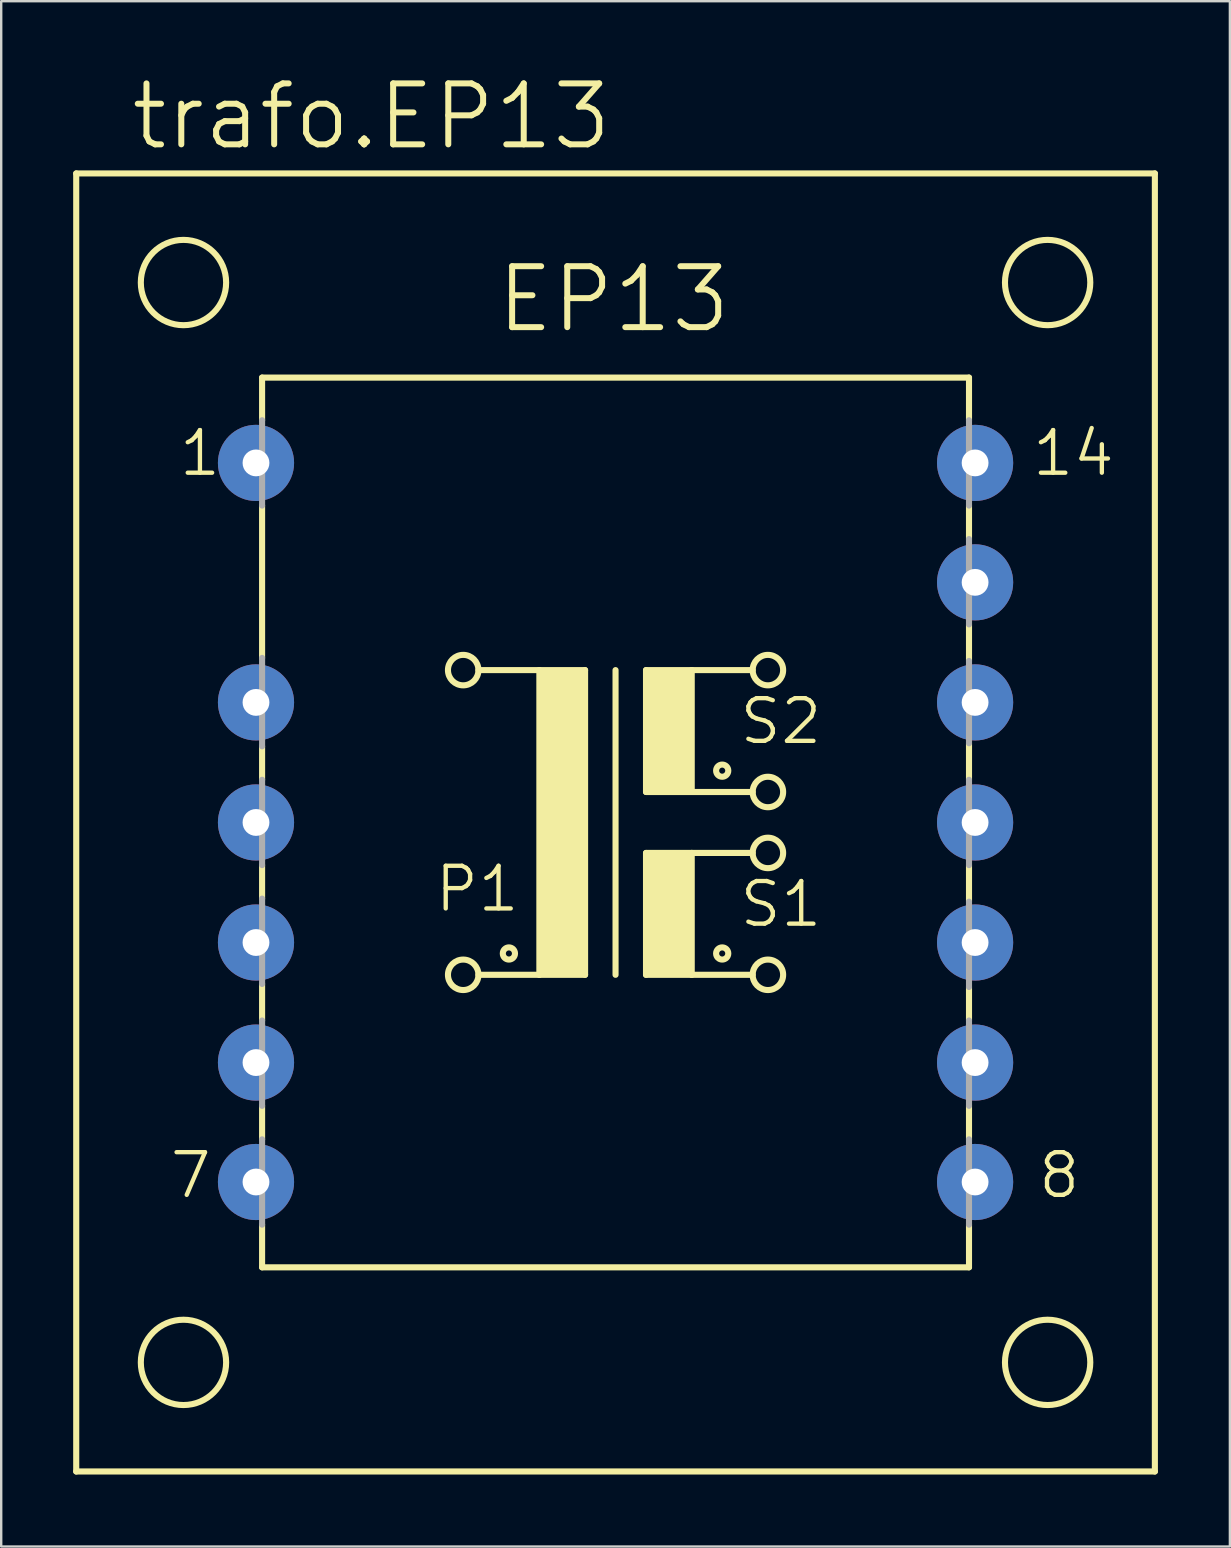
<source format=kicad_pcb>
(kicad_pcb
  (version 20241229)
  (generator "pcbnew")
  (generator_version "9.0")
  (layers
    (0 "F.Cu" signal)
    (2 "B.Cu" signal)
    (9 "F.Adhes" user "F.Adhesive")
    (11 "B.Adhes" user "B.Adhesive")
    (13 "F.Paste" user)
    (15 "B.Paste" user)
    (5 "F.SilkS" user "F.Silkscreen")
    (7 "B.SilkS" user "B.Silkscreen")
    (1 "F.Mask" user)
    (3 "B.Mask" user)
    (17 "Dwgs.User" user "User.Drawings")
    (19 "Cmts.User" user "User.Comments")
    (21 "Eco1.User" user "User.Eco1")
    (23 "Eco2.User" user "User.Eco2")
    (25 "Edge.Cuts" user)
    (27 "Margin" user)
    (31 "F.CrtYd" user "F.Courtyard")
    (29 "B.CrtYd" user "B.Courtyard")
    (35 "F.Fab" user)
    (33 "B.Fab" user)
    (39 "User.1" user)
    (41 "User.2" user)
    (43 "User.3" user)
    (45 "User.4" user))
  (footprint "trafo.EP13"
    (layer "F.Cu")
    (at 22.606 31.23)
    (property "Reference" "trafo.EP13" (at -20.32 -27.94 0) (layer "F.SilkS") (effects (font (size 2.54 2.54) (thickness 0.25)) (justify left bottom)))
    (attr through_hole)
    (fp_line (start -22.479 27.051) (end -22.479 -27.051) (stroke (width 0.254) (type default)) (layer "F.SilkS"))
    (fp_line (start -22.479 27.051) (end 22.479 27.051) (stroke (width 0.254) (type default)) (layer "F.SilkS"))
    (fp_line (start -14.732 -18.542) (end -14.732 -16.764) (stroke (width 0.254) (type default)) (layer "F.SilkS"))
    (fp_line (start -14.732 -18.542) (end 14.732 -18.542) (stroke (width 0.254) (type default)) (layer "F.SilkS"))
    (fp_line (start -14.732 -13.208) (end -14.732 -6.858) (stroke (width 0.254) (type default)) (layer "F.SilkS"))
    (fp_line (start -14.732 -3.175) (end -14.732 -1.778) (stroke (width 0.254) (type default)) (layer "F.SilkS"))
    (fp_line (start -14.732 1.778) (end -14.732 3.175) (stroke (width 0.254) (type default)) (layer "F.SilkS"))
    (fp_line (start -14.732 6.731) (end -14.732 8.255) (stroke (width 0.254) (type default)) (layer "F.SilkS"))
    (fp_line (start -14.732 11.811) (end -14.732 13.208) (stroke (width 0.254) (type default)) (layer "F.SilkS"))
    (fp_line (start -14.732 16.764) (end -14.732 18.542) (stroke (width 0.254) (type default)) (layer "F.SilkS"))
    (fp_line (start -5.715 -6.35) (end -3.175 -6.35) (stroke (width 0.254) (type default)) (layer "F.SilkS"))
    (fp_line (start -3.175 -6.35) (end -3.175 6.35) (stroke (width 0.254) (type default)) (layer "F.SilkS"))
    (fp_line (start -3.175 -6.35) (end -1.27 -6.35) (stroke (width 0.254) (type default)) (layer "F.SilkS"))
    (fp_line (start -3.175 6.35) (end -5.715 6.35) (stroke (width 0.254) (type default)) (layer "F.SilkS"))
    (fp_line (start -1.27 -6.35) (end -1.27 6.35) (stroke (width 0.254) (type default)) (layer "F.SilkS"))
    (fp_line (start -1.27 6.35) (end -3.175 6.35) (stroke (width 0.254) (type default)) (layer "F.SilkS"))
    (fp_line (start 0 -6.35) (end 0 6.35) (stroke (width 0.254) (type default)) (layer "F.SilkS"))
    (fp_line (start 1.27 -6.35) (end 1.27 -1.27) (stroke (width 0.254) (type default)) (layer "F.SilkS"))
    (fp_line (start 1.27 -6.35) (end 3.175 -6.35) (stroke (width 0.254) (type default)) (layer "F.SilkS"))
    (fp_line (start 1.27 -1.27) (end 3.175 -1.27) (stroke (width 0.254) (type default)) (layer "F.SilkS"))
    (fp_line (start 1.27 1.27) (end 1.27 6.35) (stroke (width 0.254) (type default)) (layer "F.SilkS"))
    (fp_line (start 1.27 1.27) (end 3.175 1.27) (stroke (width 0.254) (type default)) (layer "F.SilkS"))
    (fp_line (start 1.27 6.35) (end 3.175 6.35) (stroke (width 0.254) (type default)) (layer "F.SilkS"))
    (fp_line (start 3.175 -6.35) (end 5.715 -6.35) (stroke (width 0.254) (type default)) (layer "F.SilkS"))
    (fp_line (start 3.175 -1.27) (end 3.175 -6.35) (stroke (width 0.254) (type default)) (layer "F.SilkS"))
    (fp_line (start 3.175 -1.27) (end 5.715 -1.27) (stroke (width 0.254) (type default)) (layer "F.SilkS"))
    (fp_line (start 3.175 1.27) (end 5.715 1.27) (stroke (width 0.254) (type default)) (layer "F.SilkS"))
    (fp_line (start 3.175 6.35) (end 3.175 1.27) (stroke (width 0.254) (type default)) (layer "F.SilkS"))
    (fp_line (start 3.175 6.35) (end 5.715 6.35) (stroke (width 0.254) (type default)) (layer "F.SilkS"))
    (fp_line (start 14.732 -16.764) (end 14.732 -18.542) (stroke (width 0.254) (type default)) (layer "F.SilkS"))
    (fp_line (start 14.732 -11.811) (end 14.732 -13.208) (stroke (width 0.254) (type default)) (layer "F.SilkS"))
    (fp_line (start 14.732 -6.731) (end 14.732 -8.255) (stroke (width 0.254) (type default)) (layer "F.SilkS"))
    (fp_line (start 14.732 -1.778) (end 14.732 -3.302) (stroke (width 0.254) (type default)) (layer "F.SilkS"))
    (fp_line (start 14.732 3.302) (end 14.732 1.778) (stroke (width 0.254) (type default)) (layer "F.SilkS"))
    (fp_line (start 14.732 8.255) (end 14.732 6.858) (stroke (width 0.254) (type default)) (layer "F.SilkS"))
    (fp_line (start 14.732 13.208) (end 14.732 11.811) (stroke (width 0.254) (type default)) (layer "F.SilkS"))
    (fp_line (start 14.732 18.542) (end -14.732 18.542) (stroke (width 0.254) (type default)) (layer "F.SilkS"))
    (fp_line (start 14.732 18.542) (end 14.732 16.764) (stroke (width 0.254) (type default)) (layer "F.SilkS"))
    (fp_line (start 22.479 -27.051) (end -22.479 -27.051) (stroke (width 0.254) (type default)) (layer "F.SilkS"))
    (fp_line (start 22.479 -27.051) (end 22.479 27.051) (stroke (width 0.254) (type default)) (layer "F.SilkS"))
    (fp_rect (start -3.175 6.35) (end -1.27 -6.35) (stroke (width 0.05) (type default)) (fill yes) (layer "F.SilkS"))
    (fp_rect (start 1.27 -1.27) (end 3.175 -6.35) (stroke (width 0.05) (type default)) (fill yes) (layer "F.SilkS"))
    (fp_rect (start 1.27 6.35) (end 3.175 1.27) (stroke (width 0.05) (type default)) (fill yes) (layer "F.SilkS"))
    (fp_circle (center -18.009 -22.504) (end -16.231 -22.504) (stroke (width 0.254) (type default)) (fill no) (layer "F.SilkS"))
    (fp_circle (center -18.009 22.504) (end -16.231 22.504) (stroke (width 0.254) (type default)) (fill no) (layer "F.SilkS"))
    (fp_circle (center -6.35 -6.35) (end -5.715 -6.35) (stroke (width 0.254) (type default)) (fill no) (layer "F.SilkS"))
    (fp_circle (center -6.35 6.35) (end -5.715 6.35) (stroke (width 0.254) (type default)) (fill no) (layer "F.SilkS"))
    (fp_circle (center -4.445 5.461) (end -4.191 5.461) (stroke (width 0.254) (type default)) (fill no) (layer "F.SilkS"))
    (fp_circle (center 4.445 -2.159) (end 4.699 -2.159) (stroke (width 0.254) (type default)) (fill no) (layer "F.SilkS"))
    (fp_circle (center 4.445 5.461) (end 4.699 5.461) (stroke (width 0.254) (type default)) (fill no) (layer "F.SilkS"))
    (fp_circle (center 6.35 -6.35) (end 6.985 -6.35) (stroke (width 0.254) (type default)) (fill no) (layer "F.SilkS"))
    (fp_circle (center 6.35 -1.27) (end 6.985 -1.27) (stroke (width 0.254) (type default)) (fill no) (layer "F.SilkS"))
    (fp_circle (center 6.35 1.27) (end 6.985 1.27) (stroke (width 0.254) (type default)) (fill no) (layer "F.SilkS"))
    (fp_circle (center 6.35 6.35) (end 6.985 6.35) (stroke (width 0.254) (type default)) (fill no) (layer "F.SilkS"))
    (fp_circle (center 18.009 -22.504) (end 19.787 -22.504) (stroke (width 0.254) (type default)) (fill no) (layer "F.SilkS"))
    (fp_circle (center 18.009 22.504) (end 19.787 22.504) (stroke (width 0.254) (type default)) (fill no) (layer "F.SilkS"))
    (fp_line (start -14.732 -13.208) (end -14.732 -16.764) (stroke (width 0.254) (type default)) (layer "F.Fab"))
    (fp_line (start -14.732 -3.175) (end -14.732 -6.858) (stroke (width 0.254) (type default)) (layer "F.Fab"))
    (fp_line (start -14.732 1.778) (end -14.732 -1.778) (stroke (width 0.254) (type default)) (layer "F.Fab"))
    (fp_line (start -14.732 6.731) (end -14.732 3.175) (stroke (width 0.254) (type default)) (layer "F.Fab"))
    (fp_line (start -14.732 11.811) (end -14.732 8.255) (stroke (width 0.254) (type default)) (layer "F.Fab"))
    (fp_line (start -14.732 16.764) (end -14.732 13.208) (stroke (width 0.254) (type default)) (layer "F.Fab"))
    (fp_line (start 14.732 -16.764) (end 14.732 -13.208) (stroke (width 0.254) (type default)) (layer "F.Fab"))
    (fp_line (start 14.732 -11.811) (end 14.732 -8.255) (stroke (width 0.254) (type default)) (layer "F.Fab"))
    (fp_line (start 14.732 -6.731) (end 14.732 -3.302) (stroke (width 0.254) (type default)) (layer "F.Fab"))
    (fp_line (start 14.732 -1.778) (end 14.732 1.778) (stroke (width 0.254) (type default)) (layer "F.Fab"))
    (fp_line (start 14.732 3.302) (end 14.732 6.858) (stroke (width 0.254) (type default)) (layer "F.Fab"))
    (fp_line (start 14.732 8.255) (end 14.732 11.811) (stroke (width 0.254) (type default)) (layer "F.Fab"))
    (fp_line (start 14.732 13.208) (end 14.732 16.764) (stroke (width 0.254) (type default)) (layer "F.Fab"))
    (fp_text user "P1" (at -7.62 3.81 0) (layer "F.SilkS") (effects (font (size 1.778 1.778) (thickness 0.18)) (justify left bottom)))
    (fp_text user "8" (at 17.526 15.748 0) (layer "F.SilkS") (effects (font (size 1.778 1.778) (thickness 0.18)) (justify left bottom)))
    (fp_text user "EP13" (at -5.08 -20.32 0) (layer "F.SilkS") (effects (font (size 2.54 2.54) (thickness 0.25)) (justify left bottom)))
    (fp_text user "14" (at 17.272 -14.351 0) (layer "F.SilkS") (effects (font (size 1.778 1.778) (thickness 0.18)) (justify left bottom)))
    (fp_text user "1" (at -18.288 -14.351 0) (layer "F.SilkS") (effects (font (size 1.778 1.778) (thickness 0.18)) (justify left bottom)))
    (fp_text user "7" (at -18.669 15.748 0) (layer "F.SilkS") (effects (font (size 1.778 1.778) (thickness 0.18)) (justify left bottom)))
    (fp_text user "S1" (at 5.08 4.445 0) (layer "F.SilkS") (effects (font (size 1.778 1.778) (thickness 0.18)) (justify left bottom)))
    (fp_text user "S2" (at 5.08 -3.175 0) (layer "F.SilkS") (effects (font (size 1.778 1.778) (thickness 0.18)) (justify left bottom)))
    (pad "1" thru_hole circle (at -14.986 -14.986) (size 3.175 3.175) (drill 1.118) (layers "*.Cu" "*.Mask"))
    (pad "3" thru_hole circle (at -14.986 -5.004) (size 3.175 3.175) (drill 1.118) (layers "*.Cu" "*.Mask"))
    (pad "4" thru_hole circle (at -14.986 0) (size 3.175 3.175) (drill 1.118) (layers "*.Cu" "*.Mask"))
    (pad "5" thru_hole circle (at -14.986 5.004) (size 3.175 3.175) (drill 1.118) (layers "*.Cu" "*.Mask"))
    (pad "6" thru_hole circle (at -14.986 10.008) (size 3.175 3.175) (drill 1.118) (layers "*.Cu" "*.Mask"))
    (pad "7" thru_hole circle (at -14.986 14.986) (size 3.175 3.175) (drill 1.118) (layers "*.Cu" "*.Mask"))
    (pad "8" thru_hole circle (at 14.986 14.986) (size 3.175 3.175) (drill 1.118) (layers "*.Cu" "*.Mask"))
    (pad "9" thru_hole circle (at 14.986 10.008) (size 3.175 3.175) (drill 1.118) (layers "*.Cu" "*.Mask"))
    (pad "10" thru_hole circle (at 14.986 5.004) (size 3.175 3.175) (drill 1.118) (layers "*.Cu" "*.Mask"))
    (pad "11" thru_hole circle (at 14.986 0) (size 3.175 3.175) (drill 1.118) (layers "*.Cu" "*.Mask"))
    (pad "12" thru_hole circle (at 14.986 -5.004) (size 3.175 3.175) (drill 1.118) (layers "*.Cu" "*.Mask"))
    (pad "13" thru_hole circle (at 14.986 -10.008) (size 3.175 3.175) (drill 1.118) (layers "*.Cu" "*.Mask"))
    (pad "14" thru_hole circle (at 14.986 -14.986) (size 3.175 3.175) (drill 1.118) (layers "*.Cu" "*.Mask")))
  (gr_rect
    (start -3 -3)
    (end 48.212 61.408)
    (stroke (width 0.1) (type default))
    (fill no)
    (layer "Edge.Cuts")))
</source>
